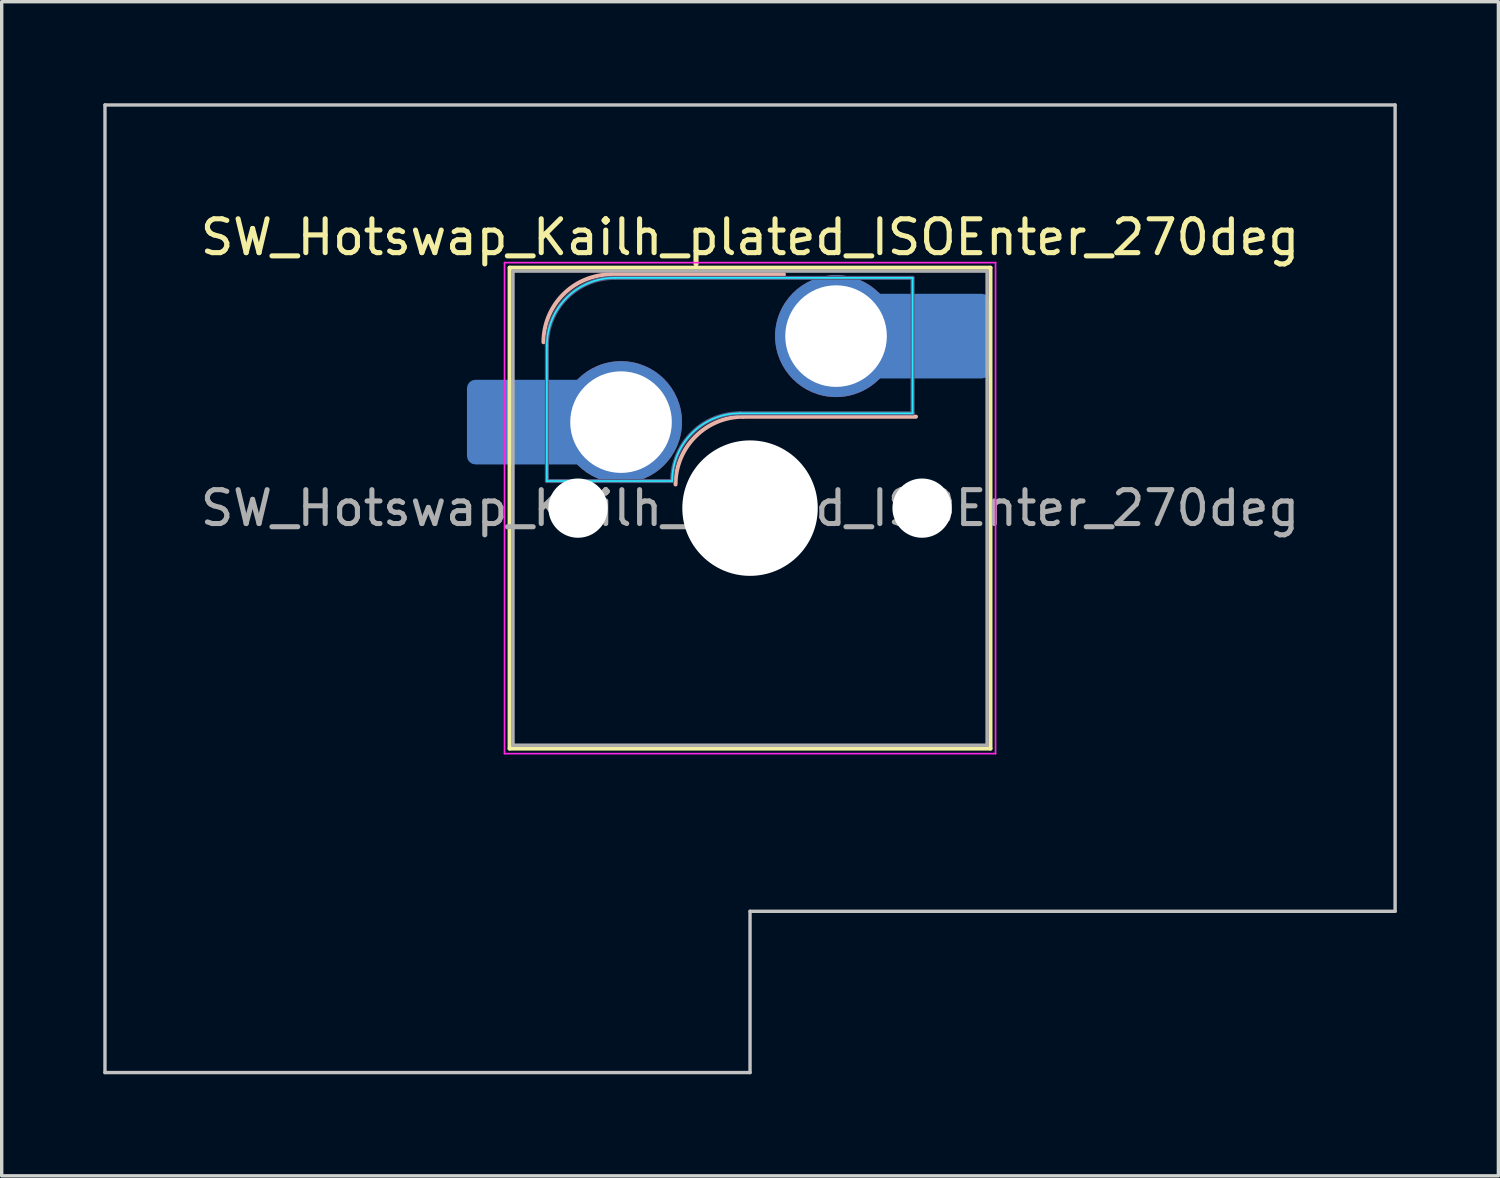
<source format=kicad_pcb>
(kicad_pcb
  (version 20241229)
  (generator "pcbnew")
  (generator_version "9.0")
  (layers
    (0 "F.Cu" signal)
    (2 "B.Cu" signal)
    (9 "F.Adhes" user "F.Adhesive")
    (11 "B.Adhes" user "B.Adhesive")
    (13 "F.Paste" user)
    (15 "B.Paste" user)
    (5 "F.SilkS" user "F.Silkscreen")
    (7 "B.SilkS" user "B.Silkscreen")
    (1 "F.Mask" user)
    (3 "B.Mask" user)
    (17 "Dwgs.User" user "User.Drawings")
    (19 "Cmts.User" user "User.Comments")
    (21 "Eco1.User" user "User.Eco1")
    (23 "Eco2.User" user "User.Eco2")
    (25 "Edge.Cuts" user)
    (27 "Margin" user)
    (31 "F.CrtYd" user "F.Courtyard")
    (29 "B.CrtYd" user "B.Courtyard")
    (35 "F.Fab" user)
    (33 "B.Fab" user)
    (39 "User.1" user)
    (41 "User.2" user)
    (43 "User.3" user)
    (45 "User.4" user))
  (footprint "SW_Hotswap_Kailh_plated_ISOEnter_270deg"
    (layer "F.Cu")
    (at 19.1 11.956)
    (property "Reference" "SW_Hotswap_Kailh_plated_ISOEnter_270deg" (at 0 -8 0) (layer "F.SilkS") (effects (font (size 1 1) (thickness 0.15))))
    (attr smd)
    (fp_line (start -7.1 -7.1) (end -7.1 7.1) (stroke (width 0.12) (type solid)) (layer "F.SilkS"))
    (fp_line (start -7.1 7.1) (end 7.1 7.1) (stroke (width 0.12) (type solid)) (layer "F.SilkS"))
    (fp_line (start 7.1 -7.1) (end -7.1 -7.1) (stroke (width 0.12) (type solid)) (layer "F.SilkS"))
    (fp_line (start 7.1 7.1) (end 7.1 -7.1) (stroke (width 0.12) (type solid)) (layer "F.SilkS"))
    (fp_line (start -4.1 -6.9) (end 1 -6.9) (stroke (width 0.12) (type solid)) (layer "B.SilkS"))
    (fp_line (start -0.2 -2.7) (end 4.9 -2.7) (stroke (width 0.12) (type solid)) (layer "B.SilkS"))
    (fp_arc (start -6.1 -4.9) (mid -5.514214 -6.314214) (end -4.1 -6.9) (stroke (width 0.12) (type solid)) (layer "B.SilkS"))
    (fp_arc (start -2.2 -0.7) (mid -1.614214 -2.114214) (end -0.2 -2.7) (stroke (width 0.12) (type solid)) (layer "B.SilkS"))
    (fp_line (start -19.05 -11.906) (end -19.05 16.669) (stroke (width 0.1) (type solid)) (layer "Dwgs.User"))
    (fp_line (start -19.05 16.669) (end 0 16.669) (stroke (width 0.1) (type solid)) (layer "Dwgs.User"))
    (fp_line (start 0 11.906) (end 19.05 11.906) (stroke (width 0.1) (type solid)) (layer "Dwgs.User"))
    (fp_line (start 0 16.669) (end 0 11.906) (stroke (width 0.1) (type solid)) (layer "Dwgs.User"))
    (fp_line (start 19.05 -11.906) (end -19.05 -11.906) (stroke (width 0.1) (type solid)) (layer "Dwgs.User"))
    (fp_line (start 19.05 11.906) (end 19.05 -11.906) (stroke (width 0.1) (type solid)) (layer "Dwgs.User"))
    (fp_line (start -7.8 -6) (end -7 -6) (stroke (width 0.1) (type solid)) (layer "Eco1.User"))
    (fp_line (start -7.8 -2.9) (end -7.8 -6) (stroke (width 0.1) (type solid)) (layer "Eco1.User"))
    (fp_line (start -7.8 2.9) (end -7 2.9) (stroke (width 0.1) (type solid)) (layer "Eco1.User"))
    (fp_line (start -7.8 6) (end -7.8 2.9) (stroke (width 0.1) (type solid)) (layer "Eco1.User"))
    (fp_line (start -7 -7) (end 7 -7) (stroke (width 0.1) (type solid)) (layer "Eco1.User"))
    (fp_line (start -7 -6) (end -7 -7) (stroke (width 0.1) (type solid)) (layer "Eco1.User"))
    (fp_line (start -7 -2.9) (end -7.8 -2.9) (stroke (width 0.1) (type solid)) (layer "Eco1.User"))
    (fp_line (start -7 2.9) (end -7 -2.9) (stroke (width 0.1) (type solid)) (layer "Eco1.User"))
    (fp_line (start -7 6) (end -7.8 6) (stroke (width 0.1) (type solid)) (layer "Eco1.User"))
    (fp_line (start -7 7) (end -7 6) (stroke (width 0.1) (type solid)) (layer "Eco1.User"))
    (fp_line (start 7 -7) (end 7 -6) (stroke (width 0.1) (type solid)) (layer "Eco1.User"))
    (fp_line (start 7 -6) (end 7.8 -6) (stroke (width 0.1) (type solid)) (layer "Eco1.User"))
    (fp_line (start 7 -2.9) (end 7 2.9) (stroke (width 0.1) (type solid)) (layer "Eco1.User"))
    (fp_line (start 7 2.9) (end 7.8 2.9) (stroke (width 0.1) (type solid)) (layer "Eco1.User"))
    (fp_line (start 7 6) (end 7 7) (stroke (width 0.1) (type solid)) (layer "Eco1.User"))
    (fp_line (start 7 7) (end -7 7) (stroke (width 0.1) (type solid)) (layer "Eco1.User"))
    (fp_line (start 7.8 -6) (end 7.8 -2.9) (stroke (width 0.1) (type solid)) (layer "Eco1.User"))
    (fp_line (start 7.8 -2.9) (end 7 -2.9) (stroke (width 0.1) (type solid)) (layer "Eco1.User"))
    (fp_line (start 7.8 2.9) (end 7.8 6) (stroke (width 0.1) (type solid)) (layer "Eco1.User"))
    (fp_line (start 7.8 6) (end 7 6) (stroke (width 0.1) (type solid)) (layer "Eco1.User"))
    (fp_line (start -6 -0.8) (end -6 -4.8) (stroke (width 0.05) (type solid)) (layer "B.CrtYd"))
    (fp_line (start -6 -0.8) (end -2.3 -0.8) (stroke (width 0.05) (type solid)) (layer "B.CrtYd"))
    (fp_line (start -4 -6.8) (end 4.8 -6.8) (stroke (width 0.05) (type solid)) (layer "B.CrtYd"))
    (fp_line (start -0.3 -2.8) (end 4.8 -2.8) (stroke (width 0.05) (type solid)) (layer "B.CrtYd"))
    (fp_line (start 4.8 -6.8) (end 4.8 -2.8) (stroke (width 0.05) (type solid)) (layer "B.CrtYd"))
    (fp_arc (start -6 -4.8) (mid -5.414214 -6.214214) (end -4 -6.8) (stroke (width 0.05) (type solid)) (layer "B.CrtYd"))
    (fp_arc (start -2.3 -0.8) (mid -1.714214 -2.214214) (end -0.3 -2.8) (stroke (width 0.05) (type solid)) (layer "B.CrtYd"))
    (fp_line (start -7.25 -7.25) (end -7.25 7.25) (stroke (width 0.05) (type solid)) (layer "F.CrtYd"))
    (fp_line (start -7.25 7.25) (end 7.25 7.25) (stroke (width 0.05) (type solid)) (layer "F.CrtYd"))
    (fp_line (start 7.25 -7.25) (end -7.25 -7.25) (stroke (width 0.05) (type solid)) (layer "F.CrtYd"))
    (fp_line (start 7.25 7.25) (end 7.25 -7.25) (stroke (width 0.05) (type solid)) (layer "F.CrtYd"))
    (fp_line (start -6 -0.8) (end -6 -4.8) (stroke (width 0.12) (type solid)) (layer "B.Fab"))
    (fp_line (start -6 -0.8) (end -2.3 -0.8) (stroke (width 0.12) (type solid)) (layer "B.Fab"))
    (fp_line (start -4 -6.8) (end 4.8 -6.8) (stroke (width 0.12) (type solid)) (layer "B.Fab"))
    (fp_line (start -0.3 -2.8) (end 4.8 -2.8) (stroke (width 0.12) (type solid)) (layer "B.Fab"))
    (fp_line (start 4.8 -6.8) (end 4.8 -2.8) (stroke (width 0.12) (type solid)) (layer "B.Fab"))
    (fp_arc (start -6 -4.8) (mid -5.414214 -6.214214) (end -4 -6.8) (stroke (width 0.12) (type solid)) (layer "B.Fab"))
    (fp_arc (start -2.3 -0.8) (mid -1.714214 -2.214214) (end -0.3 -2.8) (stroke (width 0.12) (type solid)) (layer "B.Fab"))
    (fp_line (start -7 -7) (end -7 7) (stroke (width 0.1) (type solid)) (layer "F.Fab"))
    (fp_line (start -7 7) (end 7 7) (stroke (width 0.1) (type solid)) (layer "F.Fab"))
    (fp_line (start 7 -7) (end -7 -7) (stroke (width 0.1) (type solid)) (layer "F.Fab"))
    (fp_line (start 7 7) (end 7 -7) (stroke (width 0.1) (type solid)) (layer "F.Fab"))
    (fp_text user "${REFERENCE}" (at 0 0 0) (layer "F.Fab") (effects (font (size 1 1) (thickness 0.15))))
    (pad "" smd roundrect (at -7.085 -2.54) (size 2.55 2.5) (layers "B.Mask" "B.Paste") (roundrect_rratio 0.1))
    (pad "" np_thru_hole circle (at -5.08 0) (size 1.75 1.75) (drill 1.75) (layers "*.Cu" "*.Mask"))
    (pad "" np_thru_hole circle (at 0 0) (size 4 4) (drill 4) (layers "*.Cu" "*.Mask"))
    (pad "" np_thru_hole circle (at 5.08 0) (size 1.75 1.75) (drill 1.75) (layers "*.Cu" "*.Mask"))
    (pad "" smd roundrect (at 5.842 -5.08) (size 2.55 2.5) (layers "B.Mask" "B.Paste") (roundrect_rratio 0.1))
    (pad "1" smd roundrect (at -6.585 -2.54) (size 3.55 2.5) (layers "B.Cu") (roundrect_rratio 0.1))
    (pad "1" thru_hole circle (at -3.81 -2.54) (size 3.6 3.6) (drill 3) (layers "*.Cu" "B.Mask"))
    (pad "2" thru_hole circle (at 2.54 -5.08) (size 3.6 3.6) (drill 3) (layers "*.Cu" "B.Mask"))
    (pad "2" smd roundrect (at 5.32 -5.08) (size 3.55 2.5) (layers "B.Cu") (roundrect_rratio 0.1)))
  (gr_rect
    (start -3 -3)
    (end 41.2 31.675)
    (stroke (width 0.1) (type default))
    (fill no)
    (layer "Edge.Cuts")))
</source>
